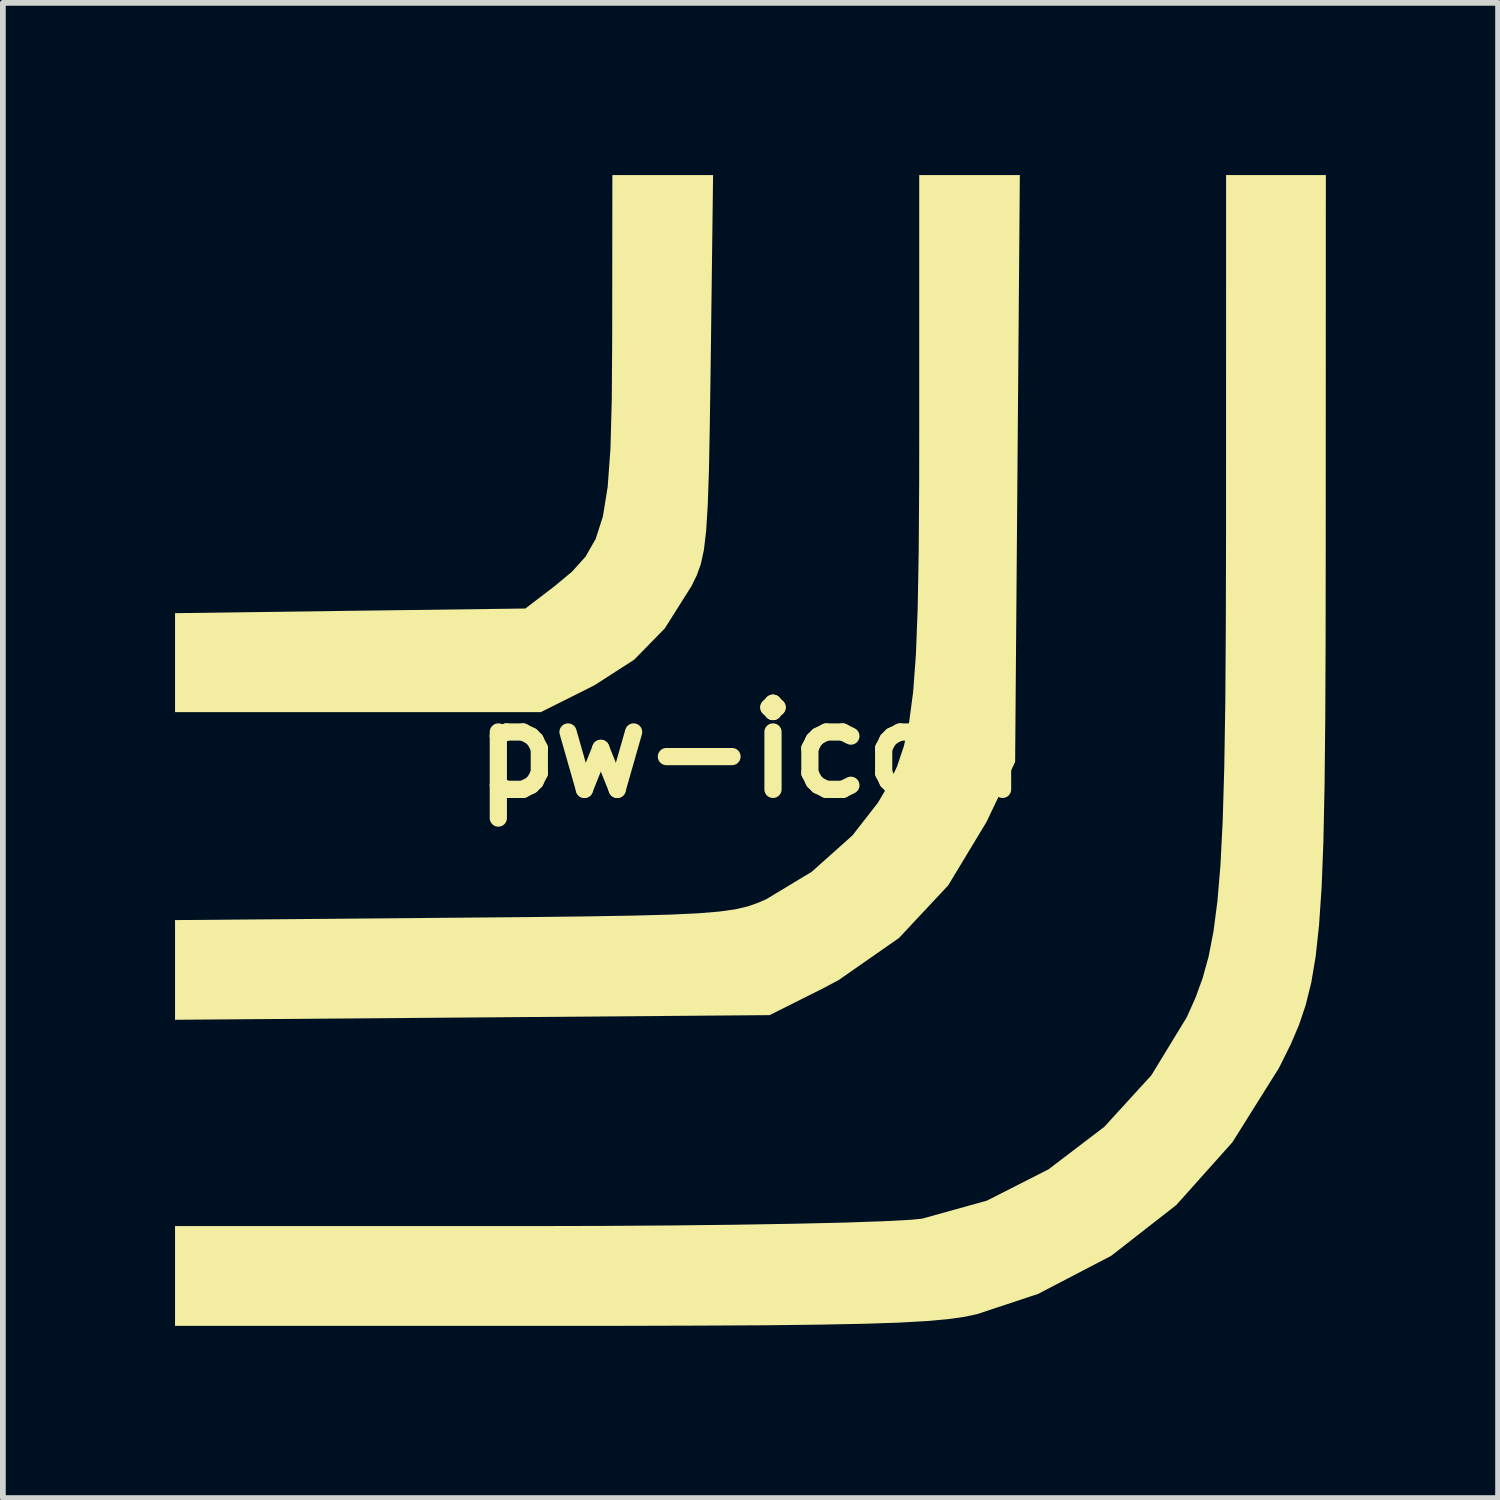
<source format=kicad_pcb>
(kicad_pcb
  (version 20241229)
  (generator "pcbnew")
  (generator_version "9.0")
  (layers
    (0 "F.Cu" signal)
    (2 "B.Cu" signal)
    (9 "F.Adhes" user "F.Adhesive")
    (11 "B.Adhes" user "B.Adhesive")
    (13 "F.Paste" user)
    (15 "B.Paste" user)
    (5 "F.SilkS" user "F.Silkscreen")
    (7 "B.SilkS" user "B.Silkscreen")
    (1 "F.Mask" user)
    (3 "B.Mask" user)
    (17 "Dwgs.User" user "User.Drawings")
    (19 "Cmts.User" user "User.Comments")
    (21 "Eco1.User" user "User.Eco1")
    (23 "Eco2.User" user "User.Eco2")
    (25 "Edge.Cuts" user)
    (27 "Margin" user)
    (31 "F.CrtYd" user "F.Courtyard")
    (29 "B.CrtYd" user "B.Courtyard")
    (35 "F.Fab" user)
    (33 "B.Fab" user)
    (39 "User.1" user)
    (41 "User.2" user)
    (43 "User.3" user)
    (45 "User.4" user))
  (footprint "pw-icon"
    (layer "F.Cu")
    (at 10.026 10.026)
    (property "Reference" "pw-icon" (at 0 0 0) (layer "F.SilkS") (effects (font (size 1.5 1.5) (thickness 0.3))))
    (attr board_only exclude_from_pos_files exclude_from_bom)
    (fp_poly (pts (xy -0.693 -6.718) (xy -0.708 -5.684) (xy -0.723 -4.882) (xy -0.744 -4.274) (xy -0.772 -3.823) (xy -0.811 -3.494) (xy -0.864 -3.249) (xy -0.935 -3.052) (xy -1.026 -2.866) (xy -1.03 -2.859) (xy -1.492 -2.127) (xy -2.025 -1.582) (xy -2.708 -1.142) (xy -2.834 -1.077) (xy -3.652 -0.668) (xy -6.839 -0.668) (xy -10.026 -0.668) (xy -10.026 -1.53) (xy -10.026 -2.392) (xy -6.974 -2.433) (xy -3.922 -2.473) (xy -3.417 -2.859) (xy -3.111 -3.113) (xy -2.874 -3.376) (xy -2.697 -3.685) (xy -2.571 -4.077) (xy -2.488 -4.589) (xy -2.439 -5.259) (xy -2.416 -6.123) (xy -2.409 -7.186) (xy -2.406 -10.026) (xy -1.529 -10.026) (xy -0.651 -10.026)) (stroke (width 0) (type solid)) (fill yes) (layer "F.SilkS"))
    (fp_poly (pts (xy 4.653 -4.913) (xy 4.612 0.201) (xy 4.113 1.246) (xy 3.446 2.351) (xy 2.588 3.268) (xy 1.537 4.001) (xy 1.262 4.147) (xy 0.334 4.612) (xy -4.846 4.653) (xy -10.026 4.693) (xy -10.026 3.825) (xy -10.026 2.956) (xy -5.18 2.915) (xy -3.908 2.904) (xy -2.874 2.892) (xy -2.049 2.878) (xy -1.405 2.861) (xy -0.912 2.838) (xy -0.541 2.807) (xy -0.263 2.768) (xy -0.049 2.718) (xy 0.129 2.656) (xy 0.274 2.593) (xy 1.068 2.114) (xy 1.778 1.48) (xy 2.223 0.908) (xy 2.406 0.597) (xy 2.555 0.278) (xy 2.674 -0.077) (xy 2.766 -0.5) (xy 2.835 -1.02) (xy 2.883 -1.668) (xy 2.914 -2.473) (xy 2.932 -3.466) (xy 2.94 -4.678) (xy 2.941 -5.576) (xy 2.941 -10.026) (xy 3.817 -10.026) (xy 4.694 -10.026)) (stroke (width 0) (type solid)) (fill yes) (layer "F.SilkS"))
    (fp_poly (pts (xy 10.024 -3.576) (xy 10.022 -1.952) (xy 10.016 -0.57) (xy 10.004 0.595) (xy 9.984 1.568) (xy 9.953 2.375) (xy 9.908 3.039) (xy 9.849 3.588) (xy 9.772 4.045) (xy 9.675 4.436) (xy 9.557 4.786) (xy 9.414 5.121) (xy 9.244 5.464) (xy 9.207 5.536) (xy 8.398 6.827) (xy 7.42 7.921) (xy 6.287 8.805) (xy 5.014 9.469) (xy 3.949 9.822) (xy 3.723 9.87) (xy 3.436 9.91) (xy 3.066 9.943) (xy 2.587 9.97) (xy 1.978 9.99) (xy 1.213 10.005) (xy 0.27 10.016) (xy -0.876 10.022) (xy -2.248 10.026) (xy -3.437 10.026) (xy -10.026 10.026) (xy -10.026 9.157) (xy -10.026 8.288) (xy -3.91 8.288) (xy -2.625 8.285) (xy -1.398 8.277) (xy -0.258 8.264) (xy 0.762 8.247) (xy 1.632 8.227) (xy 2.32 8.203) (xy 2.796 8.178) (xy 2.993 8.158) (xy 4.121 7.844) (xy 5.195 7.298) (xy 6.166 6.558) (xy 6.986 5.66) (xy 7.603 4.648) (xy 7.753 4.313) (xy 7.879 3.968) (xy 7.984 3.588) (xy 8.069 3.149) (xy 8.137 2.626) (xy 8.19 1.993) (xy 8.229 1.225) (xy 8.256 0.298) (xy 8.274 -0.813) (xy 8.283 -2.133) (xy 8.287 -3.688) (xy 8.287 -4.244) (xy 8.288 -10.026) (xy 9.157 -10.026) (xy 10.026 -10.026)) (stroke (width 0) (type solid)) (fill yes) (layer "F.SilkS")))
  (gr_rect
    (start -3 -3)
    (end 23.053 23.053)
    (stroke (width 0.1) (type default))
    (fill no)
    (layer "Edge.Cuts")))
</source>
